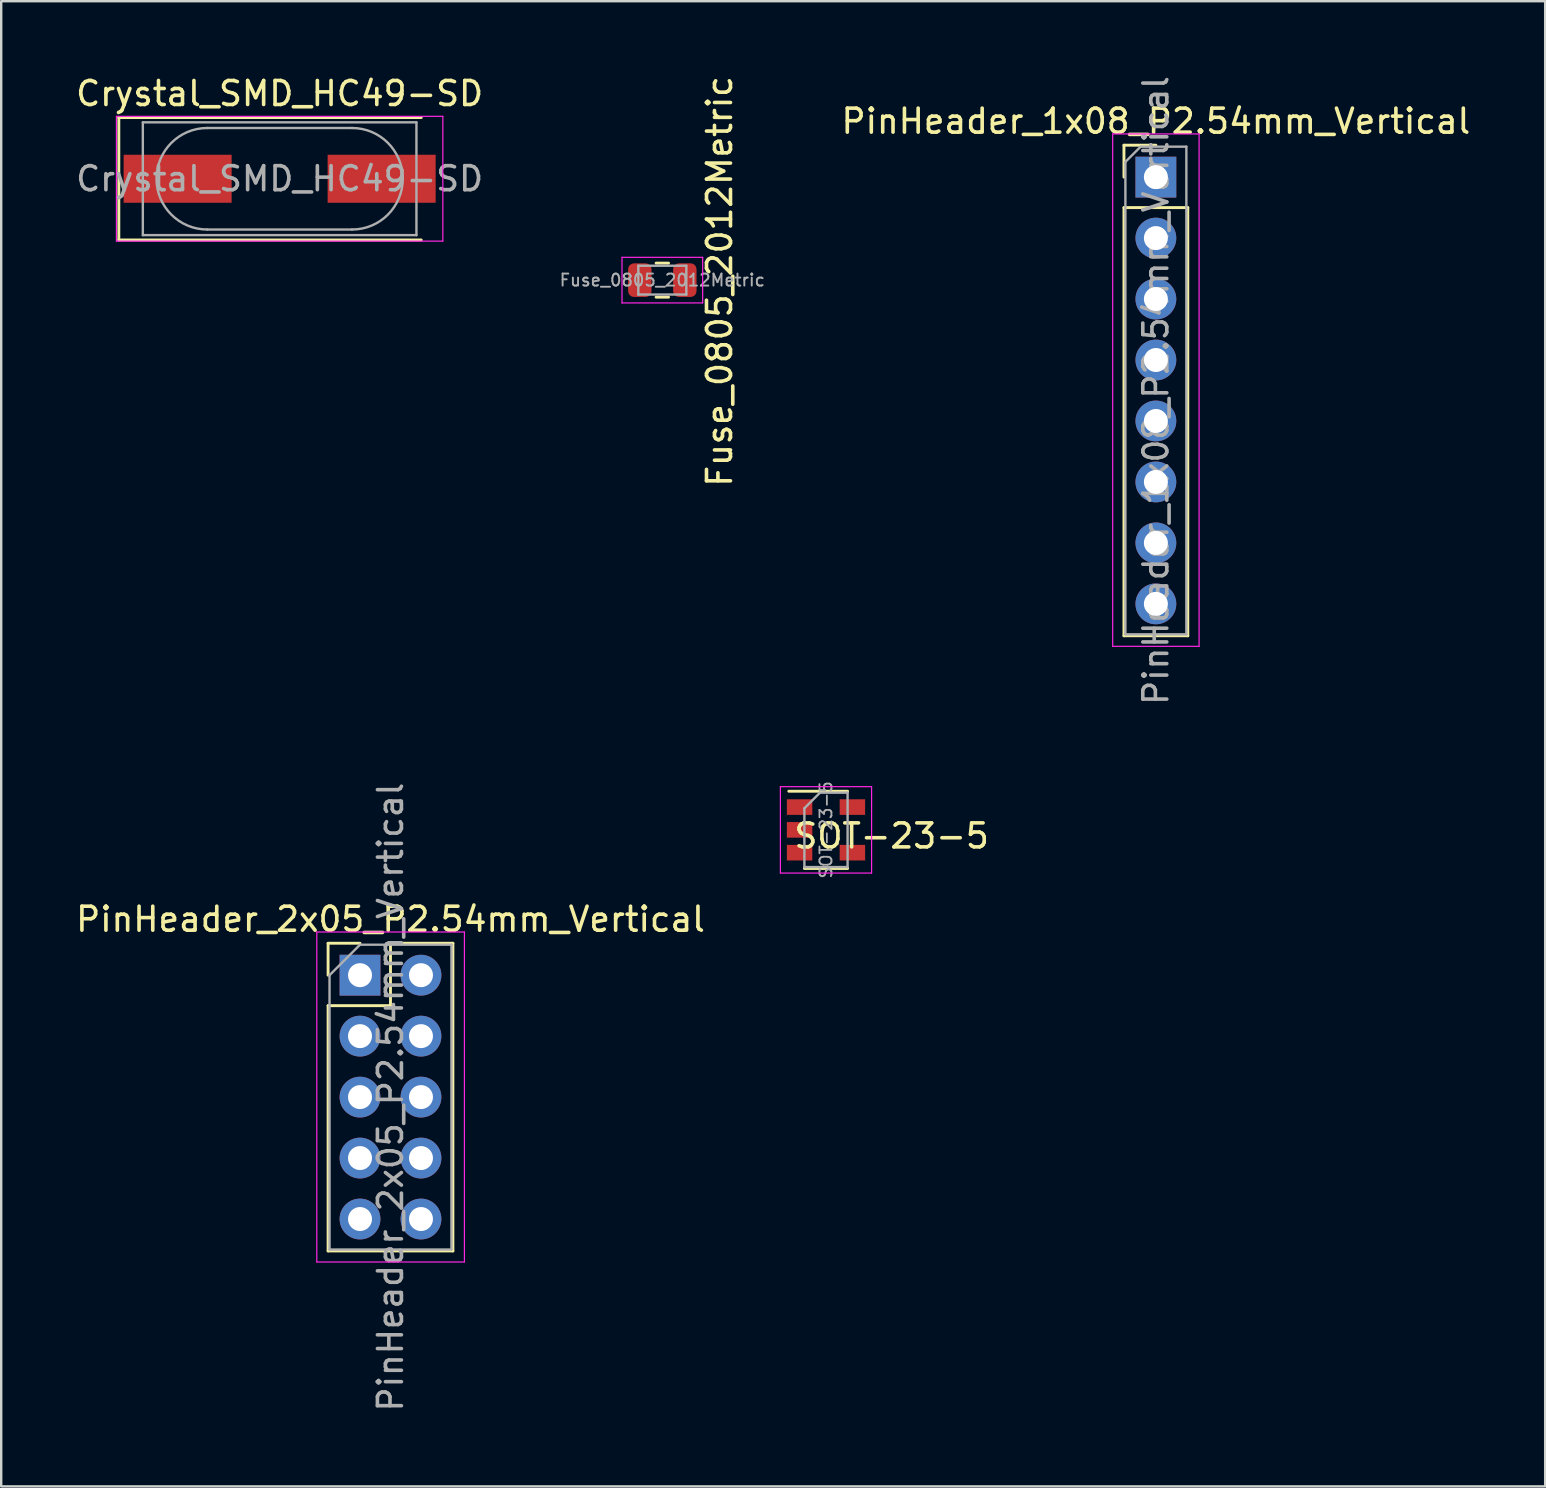
<source format=kicad_pcb>
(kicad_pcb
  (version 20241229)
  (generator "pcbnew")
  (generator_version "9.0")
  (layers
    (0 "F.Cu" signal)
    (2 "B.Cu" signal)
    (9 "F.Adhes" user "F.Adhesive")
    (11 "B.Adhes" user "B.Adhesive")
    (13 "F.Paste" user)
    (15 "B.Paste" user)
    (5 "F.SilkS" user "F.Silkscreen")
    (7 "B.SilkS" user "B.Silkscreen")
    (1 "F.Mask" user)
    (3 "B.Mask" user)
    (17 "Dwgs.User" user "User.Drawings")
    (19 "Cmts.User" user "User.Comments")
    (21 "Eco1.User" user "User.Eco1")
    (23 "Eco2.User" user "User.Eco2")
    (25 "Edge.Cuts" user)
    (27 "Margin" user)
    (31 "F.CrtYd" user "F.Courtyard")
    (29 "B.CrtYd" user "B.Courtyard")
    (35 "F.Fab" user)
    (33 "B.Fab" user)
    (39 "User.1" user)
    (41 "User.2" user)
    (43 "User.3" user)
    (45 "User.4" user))
  (footprint "Fuse_0805_2012Metric"
    (layer "F.Cu")
    (at 24.546 8.622)
    (property "Reference" "Fuse_0805_2012Metric" (at 2.385 0.051 90) (layer "F.SilkS") (effects (font (size 1 1) (thickness 0.15))))
    (attr smd)
    (fp_line (start -0.259 -0.71) (end 0.259 -0.71) (stroke (width 0.12) (type solid)) (layer "F.SilkS"))
    (fp_line (start -0.259 0.71) (end 0.259 0.71) (stroke (width 0.12) (type solid)) (layer "F.SilkS"))
    (fp_line (start -1.68 -0.95) (end 1.68 -0.95) (stroke (width 0.05) (type solid)) (layer "F.CrtYd"))
    (fp_line (start -1.68 0.95) (end -1.68 -0.95) (stroke (width 0.05) (type solid)) (layer "F.CrtYd"))
    (fp_line (start 1.68 -0.95) (end 1.68 0.95) (stroke (width 0.05) (type solid)) (layer "F.CrtYd"))
    (fp_line (start 1.68 0.95) (end -1.68 0.95) (stroke (width 0.05) (type solid)) (layer "F.CrtYd"))
    (fp_line (start -1 -0.6) (end 1 -0.6) (stroke (width 0.1) (type solid)) (layer "F.Fab"))
    (fp_line (start -1 0.6) (end -1 -0.6) (stroke (width 0.1) (type solid)) (layer "F.Fab"))
    (fp_line (start 1 -0.6) (end 1 0.6) (stroke (width 0.1) (type solid)) (layer "F.Fab"))
    (fp_line (start 1 0.6) (end -1 0.6) (stroke (width 0.1) (type solid)) (layer "F.Fab"))
    (fp_text user "${REFERENCE}" (at 0 0 0) (layer "F.Fab") (effects (font (size 0.5 0.5) (thickness 0.08))))
    (pad "1" smd roundrect (at -0.938 0) (size 0.975 1.4) (layers "F.Cu" "F.Mask" "F.Paste") (roundrect_rratio 0.25))
    (pad "2" smd roundrect (at 0.938 0) (size 0.975 1.4) (layers "F.Cu" "F.Mask" "F.Paste") (roundrect_rratio 0.25)))
  (footprint "SOT-23-5"
    (layer "F.Cu")
    (at 31.365 31.527)
    (property "Reference" "SOT-23-5" (at 2.735 0.254 0) (layer "F.SilkS") (effects (font (size 1 1) (thickness 0.15))))
    (attr smd)
    (fp_line (start -0.9 1.61) (end 0.9 1.61) (stroke (width 0.12) (type solid)) (layer "F.SilkS"))
    (fp_line (start 0.9 -1.61) (end -1.55 -1.61) (stroke (width 0.12) (type solid)) (layer "F.SilkS"))
    (fp_line (start -1.9 -1.8) (end 1.9 -1.8) (stroke (width 0.05) (type solid)) (layer "F.CrtYd"))
    (fp_line (start -1.9 1.8) (end -1.9 -1.8) (stroke (width 0.05) (type solid)) (layer "F.CrtYd"))
    (fp_line (start 1.9 -1.8) (end 1.9 1.8) (stroke (width 0.05) (type solid)) (layer "F.CrtYd"))
    (fp_line (start 1.9 1.8) (end -1.9 1.8) (stroke (width 0.05) (type solid)) (layer "F.CrtYd"))
    (fp_line (start -0.9 -0.9) (end -0.9 1.55) (stroke (width 0.1) (type solid)) (layer "F.Fab"))
    (fp_line (start -0.9 -0.9) (end -0.25 -1.55) (stroke (width 0.1) (type solid)) (layer "F.Fab"))
    (fp_line (start 0.9 -1.55) (end -0.25 -1.55) (stroke (width 0.1) (type solid)) (layer "F.Fab"))
    (fp_line (start 0.9 -1.55) (end 0.9 1.55) (stroke (width 0.1) (type solid)) (layer "F.Fab"))
    (fp_line (start 0.9 1.55) (end -0.9 1.55) (stroke (width 0.1) (type solid)) (layer "F.Fab"))
    (fp_text user "${REFERENCE}" (at 0 0 90) (layer "F.Fab") (effects (font (size 0.5 0.5) (thickness 0.075))))
    (pad "1" smd rect (at -1.1 -0.95) (size 1.06 0.65) (layers "F.Cu" "F.Mask" "F.Paste"))
    (pad "2" smd rect (at -1.1 0) (size 1.06 0.65) (layers "F.Cu" "F.Mask" "F.Paste"))
    (pad "3" smd rect (at -1.1 0.95) (size 1.06 0.65) (layers "F.Cu" "F.Mask" "F.Paste"))
    (pad "4" smd rect (at 1.1 0.95) (size 1.06 0.65) (layers "F.Cu" "F.Mask" "F.Paste"))
    (pad "5" smd rect (at 1.1 -0.95) (size 1.06 0.65) (layers "F.Cu" "F.Mask" "F.Paste")))
  (footprint "PinHeader_2x05_P2.54mm_Vertical"
    (layer "F.Cu")
    (at 11.95 37.581)
    (property "Reference" "PinHeader_2x05_P2.54mm_Vertical" (at 1.27 -2.33 0) (layer "F.SilkS") (effects (font (size 1 1) (thickness 0.15))))
    (attr through_hole)
    (fp_line (start -1.33 -1.33) (end 0 -1.33) (stroke (width 0.12) (type solid)) (layer "F.SilkS"))
    (fp_line (start -1.33 0) (end -1.33 -1.33) (stroke (width 0.12) (type solid)) (layer "F.SilkS"))
    (fp_line (start -1.33 1.27) (end -1.33 11.49) (stroke (width 0.12) (type solid)) (layer "F.SilkS"))
    (fp_line (start -1.33 1.27) (end 1.27 1.27) (stroke (width 0.12) (type solid)) (layer "F.SilkS"))
    (fp_line (start -1.33 11.49) (end 3.87 11.49) (stroke (width 0.12) (type solid)) (layer "F.SilkS"))
    (fp_line (start 1.27 -1.33) (end 3.87 -1.33) (stroke (width 0.12) (type solid)) (layer "F.SilkS"))
    (fp_line (start 1.27 1.27) (end 1.27 -1.33) (stroke (width 0.12) (type solid)) (layer "F.SilkS"))
    (fp_line (start 3.87 -1.33) (end 3.87 11.49) (stroke (width 0.12) (type solid)) (layer "F.SilkS"))
    (fp_line (start -1.8 -1.8) (end -1.8 11.95) (stroke (width 0.05) (type solid)) (layer "F.CrtYd"))
    (fp_line (start -1.8 11.95) (end 4.35 11.95) (stroke (width 0.05) (type solid)) (layer "F.CrtYd"))
    (fp_line (start 4.35 -1.8) (end -1.8 -1.8) (stroke (width 0.05) (type solid)) (layer "F.CrtYd"))
    (fp_line (start 4.35 11.95) (end 4.35 -1.8) (stroke (width 0.05) (type solid)) (layer "F.CrtYd"))
    (fp_line (start -1.27 0) (end 0 -1.27) (stroke (width 0.1) (type solid)) (layer "F.Fab"))
    (fp_line (start -1.27 11.43) (end -1.27 0) (stroke (width 0.1) (type solid)) (layer "F.Fab"))
    (fp_line (start 0 -1.27) (end 3.81 -1.27) (stroke (width 0.1) (type solid)) (layer "F.Fab"))
    (fp_line (start 3.81 -1.27) (end 3.81 11.43) (stroke (width 0.1) (type solid)) (layer "F.Fab"))
    (fp_line (start 3.81 11.43) (end -1.27 11.43) (stroke (width 0.1) (type solid)) (layer "F.Fab"))
    (fp_text user "${REFERENCE}" (at 1.27 5.08 90) (layer "F.Fab") (effects (font (size 1 1) (thickness 0.15))))
    (pad "1" thru_hole rect (at 0 0) (size 1.7 1.7) (drill 1) (layers "*.Cu" "*.Mask"))
    (pad "2" thru_hole oval (at 2.54 0) (size 1.7 1.7) (drill 1) (layers "*.Cu" "*.Mask"))
    (pad "3" thru_hole oval (at 0 2.54) (size 1.7 1.7) (drill 1) (layers "*.Cu" "*.Mask"))
    (pad "4" thru_hole oval (at 2.54 2.54) (size 1.7 1.7) (drill 1) (layers "*.Cu" "*.Mask"))
    (pad "5" thru_hole oval (at 0 5.08) (size 1.7 1.7) (drill 1) (layers "*.Cu" "*.Mask"))
    (pad "6" thru_hole oval (at 2.54 5.08) (size 1.7 1.7) (drill 1) (layers "*.Cu" "*.Mask"))
    (pad "7" thru_hole oval (at 0 7.62) (size 1.7 1.7) (drill 1) (layers "*.Cu" "*.Mask"))
    (pad "8" thru_hole oval (at 2.54 7.62) (size 1.7 1.7) (drill 1) (layers "*.Cu" "*.Mask"))
    (pad "9" thru_hole oval (at 0 10.16) (size 1.7 1.7) (drill 1) (layers "*.Cu" "*.Mask"))
    (pad "10" thru_hole oval (at 2.54 10.16) (size 1.7 1.7) (drill 1) (layers "*.Cu" "*.Mask")))
  (footprint "Crystal_SMD_HC49-SD"
    (layer "F.Cu")
    (at 8.601 4.398)
    (property "Reference" "Crystal_SMD_HC49-SD" (at 0 -3.55 0) (layer "F.SilkS") (effects (font (size 1 1) (thickness 0.15))))
    (attr smd)
    (fp_line (start -6.7 -2.55) (end -6.7 2.55) (stroke (width 0.12) (type solid)) (layer "F.SilkS"))
    (fp_line (start -6.7 2.55) (end 5.9 2.55) (stroke (width 0.12) (type solid)) (layer "F.SilkS"))
    (fp_line (start 5.9 -2.55) (end -6.7 -2.55) (stroke (width 0.12) (type solid)) (layer "F.SilkS"))
    (fp_line (start -6.8 -2.6) (end -6.8 2.6) (stroke (width 0.05) (type solid)) (layer "F.CrtYd"))
    (fp_line (start -6.8 2.6) (end 6.8 2.6) (stroke (width 0.05) (type solid)) (layer "F.CrtYd"))
    (fp_line (start 6.8 -2.6) (end -6.8 -2.6) (stroke (width 0.05) (type solid)) (layer "F.CrtYd"))
    (fp_line (start 6.8 2.6) (end 6.8 -2.6) (stroke (width 0.05) (type solid)) (layer "F.CrtYd"))
    (fp_line (start -5.7 -2.35) (end -5.7 2.35) (stroke (width 0.1) (type solid)) (layer "F.Fab"))
    (fp_line (start -5.7 2.35) (end 5.7 2.35) (stroke (width 0.1) (type solid)) (layer "F.Fab"))
    (fp_line (start -3.015 -2.115) (end 3.015 -2.115) (stroke (width 0.1) (type solid)) (layer "F.Fab"))
    (fp_line (start -3.015 2.115) (end 3.015 2.115) (stroke (width 0.1) (type solid)) (layer "F.Fab"))
    (fp_line (start 5.7 -2.35) (end -5.7 -2.35) (stroke (width 0.1) (type solid)) (layer "F.Fab"))
    (fp_line (start 5.7 2.35) (end 5.7 -2.35) (stroke (width 0.1) (type solid)) (layer "F.Fab"))
    (fp_arc (start -3.015 2.115) (mid -5.13 0) (end -3.015 -2.115) (stroke (width 0.1) (type solid)) (layer "F.Fab"))
    (fp_arc (start 3.015 -2.115) (mid 5.13 0) (end 3.015 2.115) (stroke (width 0.1) (type solid)) (layer "F.Fab"))
    (fp_text user "${REFERENCE}" (at 0 0 0) (layer "F.Fab") (effects (font (size 1 1) (thickness 0.15))))
    (pad "1" smd rect (at -4.25 0) (size 4.5 2) (layers "F.Cu" "F.Mask" "F.Paste"))
    (pad "2" smd rect (at 4.25 0) (size 4.5 2) (layers "F.Cu" "F.Mask" "F.Paste")))
  (footprint "PinHeader_1x08_P2.54mm_Vertical"
    (layer "F.Cu")
    (at 45.11 4.33)
    (property "Reference" "PinHeader_1x08_P2.54mm_Vertical" (at 0 -2.33 0) (layer "F.SilkS") (effects (font (size 1 1) (thickness 0.15))))
    (attr through_hole)
    (fp_line (start -1.33 -1.33) (end 0 -1.33) (stroke (width 0.12) (type solid)) (layer "F.SilkS"))
    (fp_line (start -1.33 0) (end -1.33 -1.33) (stroke (width 0.12) (type solid)) (layer "F.SilkS"))
    (fp_line (start -1.33 1.27) (end -1.33 19.11) (stroke (width 0.12) (type solid)) (layer "F.SilkS"))
    (fp_line (start -1.33 1.27) (end 1.33 1.27) (stroke (width 0.12) (type solid)) (layer "F.SilkS"))
    (fp_line (start -1.33 19.11) (end 1.33 19.11) (stroke (width 0.12) (type solid)) (layer "F.SilkS"))
    (fp_line (start 1.33 1.27) (end 1.33 19.11) (stroke (width 0.12) (type solid)) (layer "F.SilkS"))
    (fp_line (start -1.8 -1.8) (end -1.8 19.55) (stroke (width 0.05) (type solid)) (layer "F.CrtYd"))
    (fp_line (start -1.8 19.55) (end 1.8 19.55) (stroke (width 0.05) (type solid)) (layer "F.CrtYd"))
    (fp_line (start 1.8 -1.8) (end -1.8 -1.8) (stroke (width 0.05) (type solid)) (layer "F.CrtYd"))
    (fp_line (start 1.8 19.55) (end 1.8 -1.8) (stroke (width 0.05) (type solid)) (layer "F.CrtYd"))
    (fp_line (start -1.27 -0.635) (end -0.635 -1.27) (stroke (width 0.1) (type solid)) (layer "F.Fab"))
    (fp_line (start -1.27 19.05) (end -1.27 -0.635) (stroke (width 0.1) (type solid)) (layer "F.Fab"))
    (fp_line (start -0.635 -1.27) (end 1.27 -1.27) (stroke (width 0.1) (type solid)) (layer "F.Fab"))
    (fp_line (start 1.27 -1.27) (end 1.27 19.05) (stroke (width 0.1) (type solid)) (layer "F.Fab"))
    (fp_line (start 1.27 19.05) (end -1.27 19.05) (stroke (width 0.1) (type solid)) (layer "F.Fab"))
    (fp_text user "${REFERENCE}" (at 0 8.89 90) (layer "F.Fab") (effects (font (size 1 1) (thickness 0.15))))
    (pad "1" thru_hole rect (at 0 0) (size 1.7 1.7) (drill 1) (layers "*.Cu" "*.Mask"))
    (pad "2" thru_hole oval (at 0 2.54) (size 1.7 1.7) (drill 1) (layers "*.Cu" "*.Mask"))
    (pad "3" thru_hole oval (at 0 5.08) (size 1.7 1.7) (drill 1) (layers "*.Cu" "*.Mask"))
    (pad "4" thru_hole oval (at 0 7.62) (size 1.7 1.7) (drill 1) (layers "*.Cu" "*.Mask"))
    (pad "5" thru_hole oval (at 0 10.16) (size 1.7 1.7) (drill 1) (layers "*.Cu" "*.Mask"))
    (pad "6" thru_hole oval (at 0 12.7) (size 1.7 1.7) (drill 1) (layers "*.Cu" "*.Mask"))
    (pad "7" thru_hole oval (at 0 15.24) (size 1.7 1.7) (drill 1) (layers "*.Cu" "*.Mask"))
    (pad "8" thru_hole oval (at 0 17.78) (size 1.7 1.7) (drill 1) (layers "*.Cu" "*.Mask")))
  (gr_rect
    (start -3 -3)
    (end 61.33 58.881)
    (stroke (width 0.1) (type default))
    (fill no)
    (layer "Edge.Cuts")))
</source>
